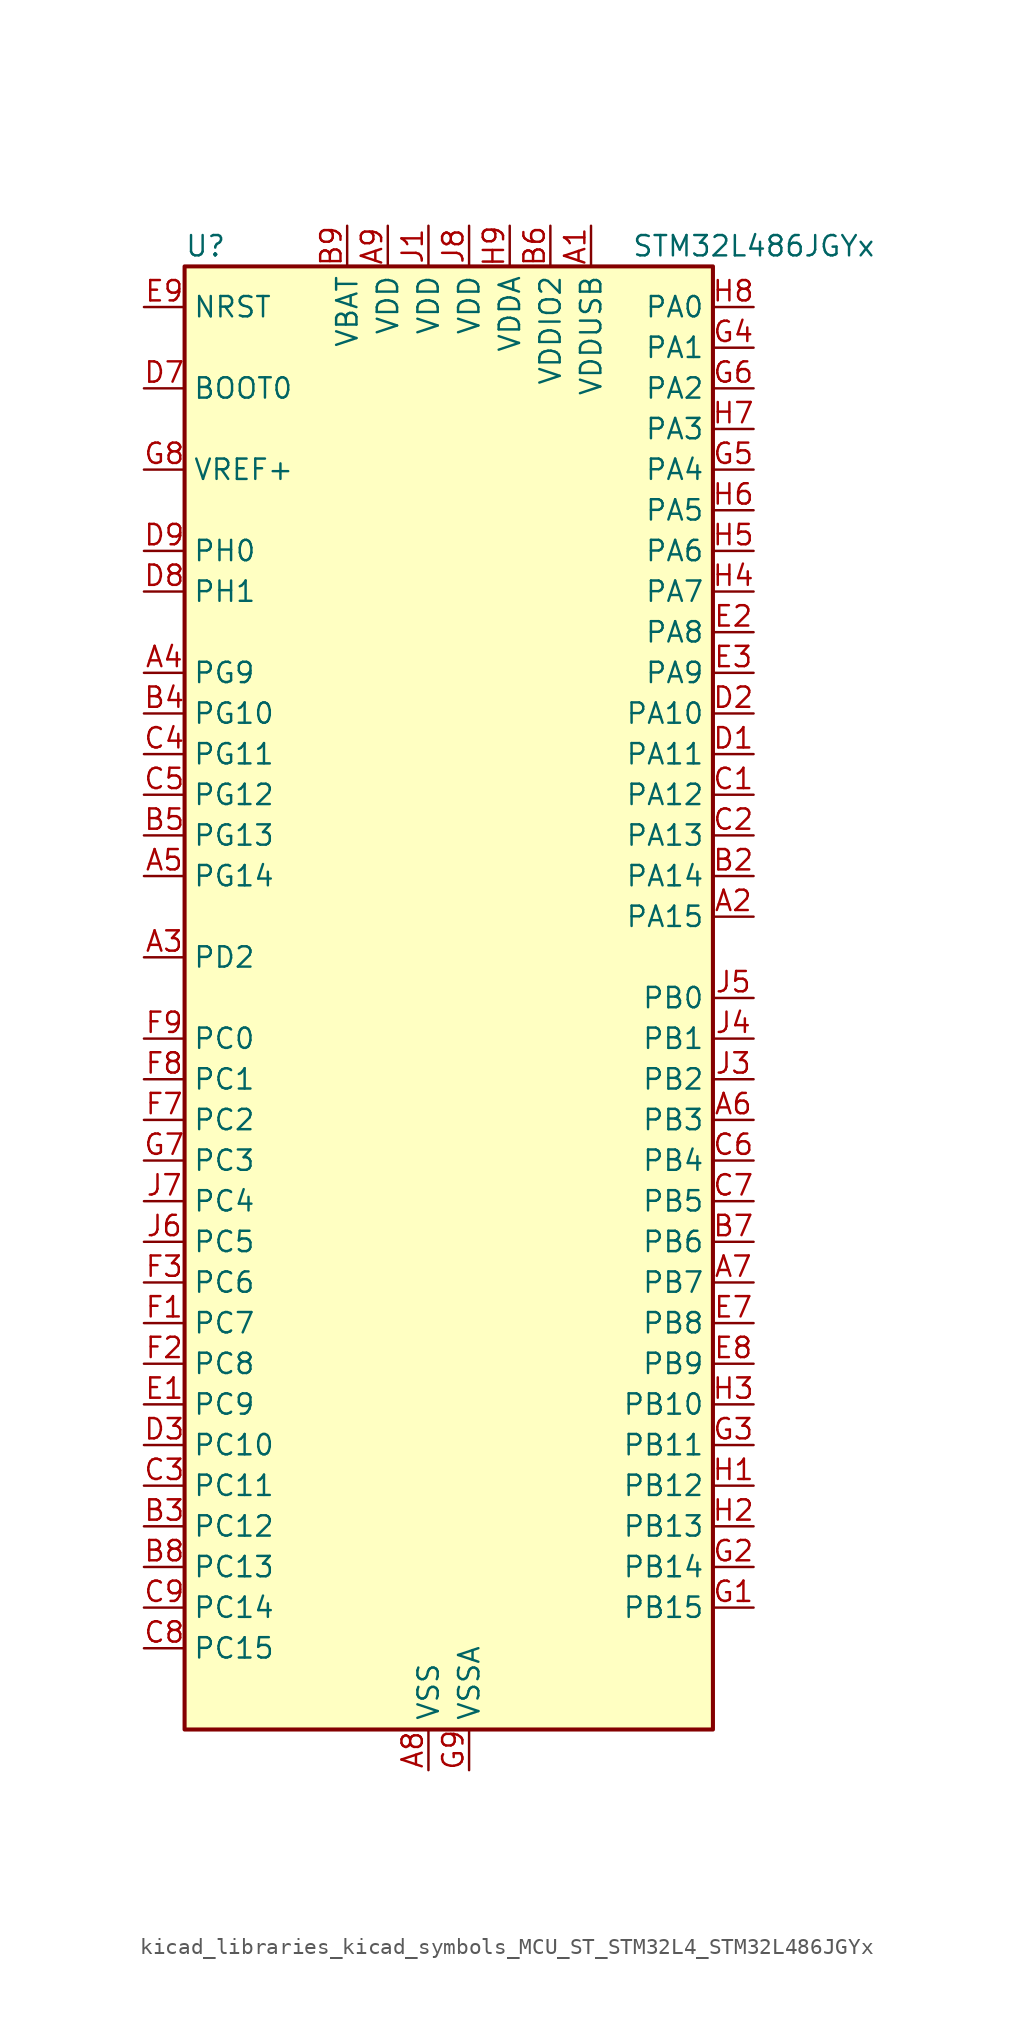
<source format=kicad_sym>
(kicad_symbol_lib
  (version 20220914)
  (generator kicad_symbol_editor)
  (symbol "kicad_libraries_kicad_symbols_MCU_ST_STM32L4_STM32L486JGYx"
    (property "Reference" "U"
      (at -15.24 46.99 0)
      (effects (font (size 1.27 1.27)) (justify left)))
    (property "Value" "STM32L486JGYx"
      (at 12.7 46.99 0)
      (effects (font (size 1.27 1.27)) (justify left)))
    (property "ki_locked" ""
      (at 0 0 0)
      (effects (font (size 1.27 1.27))))
    (symbol "kicad_libraries_kicad_symbols_MCU_ST_STM32L4_STM32L486JGYx_0_1"
      (rectangle (start -15.24 -45.72) (end 17.78 45.72) (stroke (width 0.254) (type default)) (fill (type background))))
    (symbol "kicad_libraries_kicad_symbols_MCU_ST_STM32L4_STM32L486JGYx_1_1"
      (pin power_in line (at 10.16 48.26 270) (length 2.54) (name "VDDUSB" (effects (font (size 1.27 1.27)))) (number "A1" (effects (font (size 1.27 1.27)))))
      (pin bidirectional line (at 20.32 5.08 180) (length 2.54) (name "PA15" (effects (font (size 1.27 1.27)))) (number "A2" (effects (font (size 1.27 1.27)))) (alternate "ADC1_EXTI15" bidirectional line) (alternate "ADC2_EXTI15" bidirectional line) (alternate "ADC3_EXTI15" bidirectional line) (alternate "LCD_SEG17" bidirectional line) (alternate "SAI2_FS_B" bidirectional line) (alternate "SPI1_NSS" bidirectional line) (alternate "SPI3_NSS" bidirectional line) (alternate "SYS_JTDI" bidirectional line) (alternate "TIM2_CH1" bidirectional line) (alternate "TIM2_ETR" bidirectional line) (alternate "TSC_G3_IO1" bidirectional line) (alternate "UART4_DE" bidirectional line) (alternate "UART4_RTS" bidirectional line))
      (pin bidirectional line (at -17.78 2.54 0) (length 2.54) (name "PD2" (effects (font (size 1.27 1.27)))) (number "A3" (effects (font (size 1.27 1.27)))) (alternate "LCD_COM7" bidirectional line) (alternate "LCD_SEG31" bidirectional line) (alternate "LCD_SEG43" bidirectional line) (alternate "SDMMC1_CMD" bidirectional line) (alternate "TIM3_ETR" bidirectional line) (alternate "TSC_SYNC" bidirectional line) (alternate "UART5_RX" bidirectional line) (alternate "USART3_DE" bidirectional line) (alternate "USART3_RTS" bidirectional line))
      (pin bidirectional line (at -17.78 20.32 0) (length 2.54) (name "PG9" (effects (font (size 1.27 1.27)))) (number "A4" (effects (font (size 1.27 1.27)))) (alternate "DAC1_EXTI9" bidirectional line) (alternate "SAI2_SCK_A" bidirectional line) (alternate "SPI3_SCK" bidirectional line) (alternate "TIM15_CH1N" bidirectional line) (alternate "USART1_TX" bidirectional line))
      (pin bidirectional line (at -17.78 7.62 0) (length 2.54) (name "PG14" (effects (font (size 1.27 1.27)))) (number "A5" (effects (font (size 1.27 1.27)))) (alternate "I2C1_SCL" bidirectional line))
      (pin bidirectional line (at 20.32 -7.62 180) (length 2.54) (name "PB3" (effects (font (size 1.27 1.27)))) (number "A6" (effects (font (size 1.27 1.27)))) (alternate "COMP2_INM" bidirectional line) (alternate "LCD_SEG7" bidirectional line) (alternate "SAI1_SCK_B" bidirectional line) (alternate "SPI1_SCK" bidirectional line) (alternate "SPI3_SCK" bidirectional line) (alternate "SYS_JTDO-SWO" bidirectional line) (alternate "TIM2_CH2" bidirectional line) (alternate "USART1_DE" bidirectional line) (alternate "USART1_RTS" bidirectional line))
      (pin bidirectional line (at 20.32 -17.78 180) (length 2.54) (name "PB7" (effects (font (size 1.27 1.27)))) (number "A7" (effects (font (size 1.27 1.27)))) (alternate "COMP2_INM" bidirectional line) (alternate "DFSDM1_CKIN5" bidirectional line) (alternate "I2C1_SDA" bidirectional line) (alternate "LCD_SEG21" bidirectional line) (alternate "LPTIM1_IN2" bidirectional line) (alternate "SYS_PVD_IN" bidirectional line) (alternate "TIM17_CH1N" bidirectional line) (alternate "TIM4_CH2" bidirectional line) (alternate "TIM8_BKIN" bidirectional line) (alternate "TIM8_BKIN_COMP1" bidirectional line) (alternate "TSC_G2_IO4" bidirectional line) (alternate "UART4_CTS" bidirectional line) (alternate "USART1_RX" bidirectional line))
      (pin power_in line (at 0 -48.26 90) (length 2.54) (name "VSS" (effects (font (size 1.27 1.27)))) (number "A8" (effects (font (size 1.27 1.27)))))
      (pin power_in line (at -2.54 48.26 270) (length 2.54) (name "VDD" (effects (font (size 1.27 1.27)))) (number "A9" (effects (font (size 1.27 1.27)))))
      (pin passive line (at 0 -48.26 90) (length 2.54) hide (name "VSS" (effects (font (size 1.27 1.27)))) (number "B1" (effects (font (size 1.27 1.27)))))
      (pin bidirectional line (at 20.32 7.62 180) (length 2.54) (name "PA14" (effects (font (size 1.27 1.27)))) (number "B2" (effects (font (size 1.27 1.27)))) (alternate "SYS_JTCK-SWCLK" bidirectional line))
      (pin bidirectional line (at -17.78 -33.02 0) (length 2.54) (name "PC12" (effects (font (size 1.27 1.27)))) (number "B3" (effects (font (size 1.27 1.27)))) (alternate "LCD_COM6" bidirectional line) (alternate "LCD_SEG30" bidirectional line) (alternate "LCD_SEG42" bidirectional line) (alternate "SAI2_SD_B" bidirectional line) (alternate "SDMMC1_CK" bidirectional line) (alternate "SPI3_MOSI" bidirectional line) (alternate "TSC_G3_IO4" bidirectional line) (alternate "UART5_TX" bidirectional line) (alternate "USART3_CK" bidirectional line))
      (pin bidirectional line (at -17.78 17.78 0) (length 2.54) (name "PG10" (effects (font (size 1.27 1.27)))) (number "B4" (effects (font (size 1.27 1.27)))) (alternate "LPTIM1_IN1" bidirectional line) (alternate "SAI2_FS_A" bidirectional line) (alternate "SPI3_MISO" bidirectional line) (alternate "TIM15_CH1" bidirectional line) (alternate "USART1_RX" bidirectional line))
      (pin bidirectional line (at -17.78 10.16 0) (length 2.54) (name "PG13" (effects (font (size 1.27 1.27)))) (number "B5" (effects (font (size 1.27 1.27)))) (alternate "I2C1_SDA" bidirectional line) (alternate "USART1_CK" bidirectional line))
      (pin power_in line (at 7.62 48.26 270) (length 2.54) (name "VDDIO2" (effects (font (size 1.27 1.27)))) (number "B6" (effects (font (size 1.27 1.27)))))
      (pin bidirectional line (at 20.32 -15.24 180) (length 2.54) (name "PB6" (effects (font (size 1.27 1.27)))) (number "B7" (effects (font (size 1.27 1.27)))) (alternate "COMP2_INP" bidirectional line) (alternate "DFSDM1_DATIN5" bidirectional line) (alternate "I2C1_SCL" bidirectional line) (alternate "LPTIM1_ETR" bidirectional line) (alternate "SAI1_FS_B" bidirectional line) (alternate "TIM16_CH1N" bidirectional line) (alternate "TIM4_CH1" bidirectional line) (alternate "TIM8_BKIN2" bidirectional line) (alternate "TIM8_BKIN2_COMP2" bidirectional line) (alternate "TSC_G2_IO3" bidirectional line) (alternate "USART1_TX" bidirectional line))
      (pin bidirectional line (at -17.78 -35.56 0) (length 2.54) (name "PC13" (effects (font (size 1.27 1.27)))) (number "B8" (effects (font (size 1.27 1.27)))) (alternate "RTC_OUT_ALARM" bidirectional line) (alternate "RTC_OUT_CALIB" bidirectional line) (alternate "RTC_TAMP1" bidirectional line) (alternate "RTC_TS" bidirectional line) (alternate "SYS_WKUP2" bidirectional line))
      (pin power_in line (at -5.08 48.26 270) (length 2.54) (name "VBAT" (effects (font (size 1.27 1.27)))) (number "B9" (effects (font (size 1.27 1.27)))))
      (pin bidirectional line (at 20.32 12.7 180) (length 2.54) (name "PA12" (effects (font (size 1.27 1.27)))) (number "C1" (effects (font (size 1.27 1.27)))) (alternate "CAN1_TX" bidirectional line) (alternate "TIM1_ETR" bidirectional line) (alternate "USART1_DE" bidirectional line) (alternate "USART1_RTS" bidirectional line) (alternate "USB_OTG_FS_DP" bidirectional line))
      (pin bidirectional line (at 20.32 10.16 180) (length 2.54) (name "PA13" (effects (font (size 1.27 1.27)))) (number "C2" (effects (font (size 1.27 1.27)))) (alternate "IR_OUT" bidirectional line) (alternate "SYS_JTMS-SWDIO" bidirectional line) (alternate "USB_OTG_FS_NOE" bidirectional line))
      (pin bidirectional line (at -17.78 -30.48 0) (length 2.54) (name "PC11" (effects (font (size 1.27 1.27)))) (number "C3" (effects (font (size 1.27 1.27)))) (alternate "ADC1_EXTI11" bidirectional line) (alternate "ADC2_EXTI11" bidirectional line) (alternate "ADC3_EXTI11" bidirectional line) (alternate "LCD_COM5" bidirectional line) (alternate "LCD_SEG29" bidirectional line) (alternate "LCD_SEG41" bidirectional line) (alternate "SAI2_MCLK_B" bidirectional line) (alternate "SDMMC1_D3" bidirectional line) (alternate "SPI3_MISO" bidirectional line) (alternate "TSC_G3_IO3" bidirectional line) (alternate "UART4_RX" bidirectional line) (alternate "USART3_RX" bidirectional line))
      (pin bidirectional line (at -17.78 15.24 0) (length 2.54) (name "PG11" (effects (font (size 1.27 1.27)))) (number "C4" (effects (font (size 1.27 1.27)))) (alternate "ADC1_EXTI11" bidirectional line) (alternate "ADC2_EXTI11" bidirectional line) (alternate "ADC3_EXTI11" bidirectional line) (alternate "LPTIM1_IN2" bidirectional line) (alternate "SAI2_MCLK_A" bidirectional line) (alternate "SPI3_MOSI" bidirectional line) (alternate "TIM15_CH2" bidirectional line) (alternate "USART1_CTS" bidirectional line))
      (pin bidirectional line (at -17.78 12.7 0) (length 2.54) (name "PG12" (effects (font (size 1.27 1.27)))) (number "C5" (effects (font (size 1.27 1.27)))) (alternate "LPTIM1_ETR" bidirectional line) (alternate "SAI2_SD_A" bidirectional line) (alternate "SPI3_NSS" bidirectional line) (alternate "USART1_DE" bidirectional line) (alternate "USART1_RTS" bidirectional line))
      (pin bidirectional line (at 20.32 -10.16 180) (length 2.54) (name "PB4" (effects (font (size 1.27 1.27)))) (number "C6" (effects (font (size 1.27 1.27)))) (alternate "COMP2_INP" bidirectional line) (alternate "LCD_SEG8" bidirectional line) (alternate "SAI1_MCLK_B" bidirectional line) (alternate "SPI1_MISO" bidirectional line) (alternate "SPI3_MISO" bidirectional line) (alternate "SYS_JTRST" bidirectional line) (alternate "TIM17_BKIN" bidirectional line) (alternate "TIM3_CH1" bidirectional line) (alternate "TSC_G2_IO1" bidirectional line) (alternate "UART5_DE" bidirectional line) (alternate "UART5_RTS" bidirectional line) (alternate "USART1_CTS" bidirectional line))
      (pin bidirectional line (at 20.32 -12.7 180) (length 2.54) (name "PB5" (effects (font (size 1.27 1.27)))) (number "C7" (effects (font (size 1.27 1.27)))) (alternate "COMP2_OUT" bidirectional line) (alternate "I2C1_SMBA" bidirectional line) (alternate "LCD_SEG9" bidirectional line) (alternate "LPTIM1_IN1" bidirectional line) (alternate "SAI1_SD_B" bidirectional line) (alternate "SPI1_MOSI" bidirectional line) (alternate "SPI3_MOSI" bidirectional line) (alternate "TIM16_BKIN" bidirectional line) (alternate "TIM3_CH2" bidirectional line) (alternate "TSC_G2_IO2" bidirectional line) (alternate "UART5_CTS" bidirectional line) (alternate "USART1_CK" bidirectional line))
      (pin bidirectional line (at -17.78 -40.64 0) (length 2.54) (name "PC15" (effects (font (size 1.27 1.27)))) (number "C8" (effects (font (size 1.27 1.27)))) (alternate "ADC1_EXTI15" bidirectional line) (alternate "ADC2_EXTI15" bidirectional line) (alternate "ADC3_EXTI15" bidirectional line) (alternate "RCC_OSC32_OUT" bidirectional line))
      (pin bidirectional line (at -17.78 -38.1 0) (length 2.54) (name "PC14" (effects (font (size 1.27 1.27)))) (number "C9" (effects (font (size 1.27 1.27)))) (alternate "RCC_OSC32_IN" bidirectional line))
      (pin bidirectional line (at 20.32 15.24 180) (length 2.54) (name "PA11" (effects (font (size 1.27 1.27)))) (number "D1" (effects (font (size 1.27 1.27)))) (alternate "ADC1_EXTI11" bidirectional line) (alternate "ADC2_EXTI11" bidirectional line) (alternate "ADC3_EXTI11" bidirectional line) (alternate "CAN1_RX" bidirectional line) (alternate "TIM1_BKIN2" bidirectional line) (alternate "TIM1_BKIN2_COMP1" bidirectional line) (alternate "TIM1_CH4" bidirectional line) (alternate "USART1_CTS" bidirectional line) (alternate "USB_OTG_FS_DM" bidirectional line))
      (pin bidirectional line (at 20.32 17.78 180) (length 2.54) (name "PA10" (effects (font (size 1.27 1.27)))) (number "D2" (effects (font (size 1.27 1.27)))) (alternate "LCD_COM2" bidirectional line) (alternate "TIM17_BKIN" bidirectional line) (alternate "TIM1_CH3" bidirectional line) (alternate "USART1_RX" bidirectional line) (alternate "USB_OTG_FS_ID" bidirectional line))
      (pin bidirectional line (at -17.78 -27.94 0) (length 2.54) (name "PC10" (effects (font (size 1.27 1.27)))) (number "D3" (effects (font (size 1.27 1.27)))) (alternate "LCD_COM4" bidirectional line) (alternate "LCD_SEG28" bidirectional line) (alternate "LCD_SEG40" bidirectional line) (alternate "SAI2_SCK_B" bidirectional line) (alternate "SDMMC1_D2" bidirectional line) (alternate "SPI3_SCK" bidirectional line) (alternate "TSC_G3_IO2" bidirectional line) (alternate "UART4_TX" bidirectional line) (alternate "USART3_TX" bidirectional line))
      (pin input line (at -17.78 38.1 0) (length 2.54) (name "BOOT0" (effects (font (size 1.27 1.27)))) (number "D7" (effects (font (size 1.27 1.27)))))
      (pin bidirectional line (at -17.78 25.4 0) (length 2.54) (name "PH1" (effects (font (size 1.27 1.27)))) (number "D8" (effects (font (size 1.27 1.27)))) (alternate "RCC_OSC_OUT" bidirectional line))
      (pin bidirectional line (at -17.78 27.94 0) (length 2.54) (name "PH0" (effects (font (size 1.27 1.27)))) (number "D9" (effects (font (size 1.27 1.27)))) (alternate "RCC_OSC_IN" bidirectional line))
      (pin bidirectional line (at -17.78 -25.4 0) (length 2.54) (name "PC9" (effects (font (size 1.27 1.27)))) (number "E1" (effects (font (size 1.27 1.27)))) (alternate "DAC1_EXTI9" bidirectional line) (alternate "LCD_SEG27" bidirectional line) (alternate "SAI2_EXTCLK" bidirectional line) (alternate "SDMMC1_D1" bidirectional line) (alternate "TIM3_CH4" bidirectional line) (alternate "TIM8_BKIN2" bidirectional line) (alternate "TIM8_BKIN2_COMP1" bidirectional line) (alternate "TIM8_CH4" bidirectional line) (alternate "TSC_G4_IO4" bidirectional line) (alternate "USB_OTG_FS_NOE" bidirectional line))
      (pin bidirectional line (at 20.32 22.86 180) (length 2.54) (name "PA8" (effects (font (size 1.27 1.27)))) (number "E2" (effects (font (size 1.27 1.27)))) (alternate "LCD_COM0" bidirectional line) (alternate "LPTIM2_OUT" bidirectional line) (alternate "RCC_MCO" bidirectional line) (alternate "TIM1_CH1" bidirectional line) (alternate "USART1_CK" bidirectional line) (alternate "USB_OTG_FS_SOF" bidirectional line))
      (pin bidirectional line (at 20.32 20.32 180) (length 2.54) (name "PA9" (effects (font (size 1.27 1.27)))) (number "E3" (effects (font (size 1.27 1.27)))) (alternate "DAC1_EXTI9" bidirectional line) (alternate "LCD_COM1" bidirectional line) (alternate "TIM15_BKIN" bidirectional line) (alternate "TIM1_CH2" bidirectional line) (alternate "USART1_TX" bidirectional line) (alternate "USB_OTG_FS_VBUS" bidirectional line))
      (pin bidirectional line (at 20.32 -20.32 180) (length 2.54) (name "PB8" (effects (font (size 1.27 1.27)))) (number "E7" (effects (font (size 1.27 1.27)))) (alternate "CAN1_RX" bidirectional line) (alternate "DFSDM1_DATIN6" bidirectional line) (alternate "I2C1_SCL" bidirectional line) (alternate "LCD_SEG16" bidirectional line) (alternate "SAI1_MCLK_A" bidirectional line) (alternate "SDMMC1_D4" bidirectional line) (alternate "TIM16_CH1" bidirectional line) (alternate "TIM4_CH3" bidirectional line))
      (pin bidirectional line (at 20.32 -22.86 180) (length 2.54) (name "PB9" (effects (font (size 1.27 1.27)))) (number "E8" (effects (font (size 1.27 1.27)))) (alternate "CAN1_TX" bidirectional line) (alternate "DAC1_EXTI9" bidirectional line) (alternate "DFSDM1_CKIN6" bidirectional line) (alternate "I2C1_SDA" bidirectional line) (alternate "IR_OUT" bidirectional line) (alternate "LCD_COM3" bidirectional line) (alternate "SAI1_FS_A" bidirectional line) (alternate "SDMMC1_D5" bidirectional line) (alternate "SPI2_NSS" bidirectional line) (alternate "TIM17_CH1" bidirectional line) (alternate "TIM4_CH4" bidirectional line))
      (pin input line (at -17.78 43.18 0) (length 2.54) (name "NRST" (effects (font (size 1.27 1.27)))) (number "E9" (effects (font (size 1.27 1.27)))))
      (pin bidirectional line (at -17.78 -20.32 0) (length 2.54) (name "PC7" (effects (font (size 1.27 1.27)))) (number "F1" (effects (font (size 1.27 1.27)))) (alternate "DFSDM1_DATIN3" bidirectional line) (alternate "LCD_SEG25" bidirectional line) (alternate "SAI2_MCLK_B" bidirectional line) (alternate "SDMMC1_D7" bidirectional line) (alternate "TIM3_CH2" bidirectional line) (alternate "TIM8_CH2" bidirectional line) (alternate "TSC_G4_IO2" bidirectional line))
      (pin bidirectional line (at -17.78 -22.86 0) (length 2.54) (name "PC8" (effects (font (size 1.27 1.27)))) (number "F2" (effects (font (size 1.27 1.27)))) (alternate "LCD_SEG26" bidirectional line) (alternate "SDMMC1_D0" bidirectional line) (alternate "TIM3_CH3" bidirectional line) (alternate "TIM8_CH3" bidirectional line) (alternate "TSC_G4_IO3" bidirectional line))
      (pin bidirectional line (at -17.78 -17.78 0) (length 2.54) (name "PC6" (effects (font (size 1.27 1.27)))) (number "F3" (effects (font (size 1.27 1.27)))) (alternate "DFSDM1_CKIN3" bidirectional line) (alternate "LCD_SEG24" bidirectional line) (alternate "SAI2_MCLK_A" bidirectional line) (alternate "SDMMC1_D6" bidirectional line) (alternate "TIM3_CH1" bidirectional line) (alternate "TIM8_CH1" bidirectional line) (alternate "TSC_G4_IO1" bidirectional line))
      (pin bidirectional line (at -17.78 -7.62 0) (length 2.54) (name "PC2" (effects (font (size 1.27 1.27)))) (number "F7" (effects (font (size 1.27 1.27)))) (alternate "ADC1_IN3" bidirectional line) (alternate "ADC2_IN3" bidirectional line) (alternate "ADC3_IN3" bidirectional line) (alternate "DFSDM1_CKOUT" bidirectional line) (alternate "LCD_SEG20" bidirectional line) (alternate "LPTIM1_IN2" bidirectional line) (alternate "SPI2_MISO" bidirectional line))
      (pin bidirectional line (at -17.78 -5.08 0) (length 2.54) (name "PC1" (effects (font (size 1.27 1.27)))) (number "F8" (effects (font (size 1.27 1.27)))) (alternate "ADC1_IN2" bidirectional line) (alternate "ADC2_IN2" bidirectional line) (alternate "ADC3_IN2" bidirectional line) (alternate "DFSDM1_CKIN4" bidirectional line) (alternate "I2C3_SDA" bidirectional line) (alternate "LCD_SEG19" bidirectional line) (alternate "LPTIM1_OUT" bidirectional line) (alternate "LPUART1_TX" bidirectional line))
      (pin bidirectional line (at -17.78 -2.54 0) (length 2.54) (name "PC0" (effects (font (size 1.27 1.27)))) (number "F9" (effects (font (size 1.27 1.27)))) (alternate "ADC1_IN1" bidirectional line) (alternate "ADC2_IN1" bidirectional line) (alternate "ADC3_IN1" bidirectional line) (alternate "DFSDM1_DATIN4" bidirectional line) (alternate "I2C3_SCL" bidirectional line) (alternate "LCD_SEG18" bidirectional line) (alternate "LPTIM1_IN1" bidirectional line) (alternate "LPTIM2_IN1" bidirectional line) (alternate "LPUART1_RX" bidirectional line))
      (pin bidirectional line (at 20.32 -38.1 180) (length 2.54) (name "PB15" (effects (font (size 1.27 1.27)))) (number "G1" (effects (font (size 1.27 1.27)))) (alternate "ADC1_EXTI15" bidirectional line) (alternate "ADC2_EXTI15" bidirectional line) (alternate "ADC3_EXTI15" bidirectional line) (alternate "DFSDM1_CKIN2" bidirectional line) (alternate "LCD_SEG15" bidirectional line) (alternate "RTC_REFIN" bidirectional line) (alternate "SAI2_SD_A" bidirectional line) (alternate "SPI2_MOSI" bidirectional line) (alternate "SWPMI1_SUSPEND" bidirectional line) (alternate "TIM15_CH2" bidirectional line) (alternate "TIM1_CH3N" bidirectional line) (alternate "TIM8_CH3N" bidirectional line) (alternate "TSC_G1_IO4" bidirectional line))
      (pin bidirectional line (at 20.32 -35.56 180) (length 2.54) (name "PB14" (effects (font (size 1.27 1.27)))) (number "G2" (effects (font (size 1.27 1.27)))) (alternate "DFSDM1_DATIN2" bidirectional line) (alternate "I2C2_SDA" bidirectional line) (alternate "LCD_SEG14" bidirectional line) (alternate "SAI2_MCLK_A" bidirectional line) (alternate "SPI2_MISO" bidirectional line) (alternate "SWPMI1_RX" bidirectional line) (alternate "TIM15_CH1" bidirectional line) (alternate "TIM1_CH2N" bidirectional line) (alternate "TIM8_CH2N" bidirectional line) (alternate "TSC_G1_IO3" bidirectional line) (alternate "USART3_DE" bidirectional line) (alternate "USART3_RTS" bidirectional line))
      (pin bidirectional line (at 20.32 -27.94 180) (length 2.54) (name "PB11" (effects (font (size 1.27 1.27)))) (number "G3" (effects (font (size 1.27 1.27)))) (alternate "ADC1_EXTI11" bidirectional line) (alternate "ADC2_EXTI11" bidirectional line) (alternate "ADC3_EXTI11" bidirectional line) (alternate "COMP2_OUT" bidirectional line) (alternate "DFSDM1_CKIN7" bidirectional line) (alternate "I2C2_SDA" bidirectional line) (alternate "LCD_SEG11" bidirectional line) (alternate "LPUART1_TX" bidirectional line) (alternate "QUADSPI_NCS" bidirectional line) (alternate "TIM2_CH4" bidirectional line) (alternate "USART3_RX" bidirectional line))
      (pin bidirectional line (at 20.32 40.64 180) (length 2.54) (name "PA1" (effects (font (size 1.27 1.27)))) (number "G4" (effects (font (size 1.27 1.27)))) (alternate "ADC1_IN6" bidirectional line) (alternate "ADC2_IN6" bidirectional line) (alternate "LCD_SEG0" bidirectional line) (alternate "OPAMP1_VINM" bidirectional line) (alternate "TIM15_CH1N" bidirectional line) (alternate "TIM2_CH2" bidirectional line) (alternate "TIM5_CH2" bidirectional line) (alternate "UART4_RX" bidirectional line) (alternate "USART2_DE" bidirectional line) (alternate "USART2_RTS" bidirectional line))
      (pin bidirectional line (at 20.32 33.02 180) (length 2.54) (name "PA4" (effects (font (size 1.27 1.27)))) (number "G5" (effects (font (size 1.27 1.27)))) (alternate "ADC1_IN9" bidirectional line) (alternate "ADC2_IN9" bidirectional line) (alternate "DAC1_OUT1" bidirectional line) (alternate "LPTIM2_OUT" bidirectional line) (alternate "SAI1_FS_B" bidirectional line) (alternate "SPI1_NSS" bidirectional line) (alternate "SPI3_NSS" bidirectional line) (alternate "USART2_CK" bidirectional line))
      (pin bidirectional line (at 20.32 38.1 180) (length 2.54) (name "PA2" (effects (font (size 1.27 1.27)))) (number "G6" (effects (font (size 1.27 1.27)))) (alternate "ADC1_IN7" bidirectional line) (alternate "ADC2_IN7" bidirectional line) (alternate "LCD_SEG1" bidirectional line) (alternate "RCC_LSCO" bidirectional line) (alternate "SAI2_EXTCLK" bidirectional line) (alternate "SYS_WKUP4" bidirectional line) (alternate "TIM15_CH1" bidirectional line) (alternate "TIM2_CH3" bidirectional line) (alternate "TIM5_CH3" bidirectional line) (alternate "USART2_TX" bidirectional line))
      (pin bidirectional line (at -17.78 -10.16 0) (length 2.54) (name "PC3" (effects (font (size 1.27 1.27)))) (number "G7" (effects (font (size 1.27 1.27)))) (alternate "ADC1_IN4" bidirectional line) (alternate "ADC2_IN4" bidirectional line) (alternate "ADC3_IN4" bidirectional line) (alternate "LCD_VLCD" bidirectional line) (alternate "LPTIM1_ETR" bidirectional line) (alternate "LPTIM2_ETR" bidirectional line) (alternate "SAI1_SD_A" bidirectional line) (alternate "SPI2_MOSI" bidirectional line))
      (pin input line (at -17.78 33.02 0) (length 2.54) (name "VREF+" (effects (font (size 1.27 1.27)))) (number "G8" (effects (font (size 1.27 1.27)))) (alternate "VREFBUF_OUT" bidirectional line))
      (pin power_in line (at 2.54 -48.26 90) (length 2.54) (name "VSSA" (effects (font (size 1.27 1.27)))) (number "G9" (effects (font (size 1.27 1.27)))))
      (pin bidirectional line (at 20.32 -30.48 180) (length 2.54) (name "PB12" (effects (font (size 1.27 1.27)))) (number "H1" (effects (font (size 1.27 1.27)))) (alternate "DFSDM1_DATIN1" bidirectional line) (alternate "I2C2_SMBA" bidirectional line) (alternate "LCD_SEG12" bidirectional line) (alternate "LPUART1_DE" bidirectional line) (alternate "LPUART1_RTS" bidirectional line) (alternate "SAI2_FS_A" bidirectional line) (alternate "SPI2_NSS" bidirectional line) (alternate "SWPMI1_IO" bidirectional line) (alternate "TIM15_BKIN" bidirectional line) (alternate "TIM1_BKIN" bidirectional line) (alternate "TIM1_BKIN_COMP2" bidirectional line) (alternate "TSC_G1_IO1" bidirectional line) (alternate "USART3_CK" bidirectional line))
      (pin bidirectional line (at 20.32 -33.02 180) (length 2.54) (name "PB13" (effects (font (size 1.27 1.27)))) (number "H2" (effects (font (size 1.27 1.27)))) (alternate "DFSDM1_CKIN1" bidirectional line) (alternate "I2C2_SCL" bidirectional line) (alternate "LCD_SEG13" bidirectional line) (alternate "LPUART1_CTS" bidirectional line) (alternate "SAI2_SCK_A" bidirectional line) (alternate "SPI2_SCK" bidirectional line) (alternate "SWPMI1_TX" bidirectional line) (alternate "TIM15_CH1N" bidirectional line) (alternate "TIM1_CH1N" bidirectional line) (alternate "TSC_G1_IO2" bidirectional line) (alternate "USART3_CTS" bidirectional line))
      (pin bidirectional line (at 20.32 -25.4 180) (length 2.54) (name "PB10" (effects (font (size 1.27 1.27)))) (number "H3" (effects (font (size 1.27 1.27)))) (alternate "COMP1_OUT" bidirectional line) (alternate "DFSDM1_DATIN7" bidirectional line) (alternate "I2C2_SCL" bidirectional line) (alternate "LCD_SEG10" bidirectional line) (alternate "LPUART1_RX" bidirectional line) (alternate "QUADSPI_CLK" bidirectional line) (alternate "SAI1_SCK_A" bidirectional line) (alternate "SPI2_SCK" bidirectional line) (alternate "TIM2_CH3" bidirectional line) (alternate "USART3_TX" bidirectional line))
      (pin bidirectional line (at 20.32 25.4 180) (length 2.54) (name "PA7" (effects (font (size 1.27 1.27)))) (number "H4" (effects (font (size 1.27 1.27)))) (alternate "ADC1_IN12" bidirectional line) (alternate "ADC2_IN12" bidirectional line) (alternate "LCD_SEG4" bidirectional line) (alternate "OPAMP2_VINM" bidirectional line) (alternate "QUADSPI_BK1_IO2" bidirectional line) (alternate "SPI1_MOSI" bidirectional line) (alternate "TIM17_CH1" bidirectional line) (alternate "TIM1_CH1N" bidirectional line) (alternate "TIM3_CH2" bidirectional line) (alternate "TIM8_CH1N" bidirectional line))
      (pin bidirectional line (at 20.32 27.94 180) (length 2.54) (name "PA6" (effects (font (size 1.27 1.27)))) (number "H5" (effects (font (size 1.27 1.27)))) (alternate "ADC1_IN11" bidirectional line) (alternate "ADC2_IN11" bidirectional line) (alternate "LCD_SEG3" bidirectional line) (alternate "OPAMP2_VINP" bidirectional line) (alternate "QUADSPI_BK1_IO3" bidirectional line) (alternate "SPI1_MISO" bidirectional line) (alternate "TIM16_CH1" bidirectional line) (alternate "TIM1_BKIN" bidirectional line) (alternate "TIM1_BKIN_COMP2" bidirectional line) (alternate "TIM3_CH1" bidirectional line) (alternate "TIM8_BKIN" bidirectional line) (alternate "TIM8_BKIN_COMP2" bidirectional line) (alternate "USART3_CTS" bidirectional line))
      (pin bidirectional line (at 20.32 30.48 180) (length 2.54) (name "PA5" (effects (font (size 1.27 1.27)))) (number "H6" (effects (font (size 1.27 1.27)))) (alternate "ADC1_IN10" bidirectional line) (alternate "ADC2_IN10" bidirectional line) (alternate "DAC1_OUT2" bidirectional line) (alternate "LPTIM2_ETR" bidirectional line) (alternate "SPI1_SCK" bidirectional line) (alternate "TIM2_CH1" bidirectional line) (alternate "TIM2_ETR" bidirectional line) (alternate "TIM8_CH1N" bidirectional line))
      (pin bidirectional line (at 20.32 35.56 180) (length 2.54) (name "PA3" (effects (font (size 1.27 1.27)))) (number "H7" (effects (font (size 1.27 1.27)))) (alternate "ADC1_IN8" bidirectional line) (alternate "ADC2_IN8" bidirectional line) (alternate "LCD_SEG2" bidirectional line) (alternate "OPAMP1_VOUT" bidirectional line) (alternate "TIM15_CH2" bidirectional line) (alternate "TIM2_CH4" bidirectional line) (alternate "TIM5_CH4" bidirectional line) (alternate "USART2_RX" bidirectional line))
      (pin bidirectional line (at 20.32 43.18 180) (length 2.54) (name "PA0" (effects (font (size 1.27 1.27)))) (number "H8" (effects (font (size 1.27 1.27)))) (alternate "ADC1_IN5" bidirectional line) (alternate "ADC2_IN5" bidirectional line) (alternate "OPAMP1_VINP" bidirectional line) (alternate "RTC_TAMP2" bidirectional line) (alternate "SAI1_EXTCLK" bidirectional line) (alternate "SYS_WKUP1" bidirectional line) (alternate "TIM2_CH1" bidirectional line) (alternate "TIM2_ETR" bidirectional line) (alternate "TIM5_CH1" bidirectional line) (alternate "TIM8_ETR" bidirectional line) (alternate "UART4_TX" bidirectional line) (alternate "USART2_CTS" bidirectional line))
      (pin power_in line (at 5.08 48.26 270) (length 2.54) (name "VDDA" (effects (font (size 1.27 1.27)))) (number "H9" (effects (font (size 1.27 1.27)))))
      (pin power_in line (at 0 48.26 270) (length 2.54) (name "VDD" (effects (font (size 1.27 1.27)))) (number "J1" (effects (font (size 1.27 1.27)))))
      (pin passive line (at 0 -48.26 90) (length 2.54) hide (name "VSS" (effects (font (size 1.27 1.27)))) (number "J2" (effects (font (size 1.27 1.27)))))
      (pin bidirectional line (at 20.32 -5.08 180) (length 2.54) (name "PB2" (effects (font (size 1.27 1.27)))) (number "J3" (effects (font (size 1.27 1.27)))) (alternate "COMP1_INP" bidirectional line) (alternate "DFSDM1_CKIN0" bidirectional line) (alternate "I2C3_SMBA" bidirectional line) (alternate "LPTIM1_OUT" bidirectional line) (alternate "RTC_OUT_ALARM" bidirectional line) (alternate "RTC_OUT_CALIB" bidirectional line))
      (pin bidirectional line (at 20.32 -2.54 180) (length 2.54) (name "PB1" (effects (font (size 1.27 1.27)))) (number "J4" (effects (font (size 1.27 1.27)))) (alternate "ADC1_IN16" bidirectional line) (alternate "ADC2_IN16" bidirectional line) (alternate "COMP1_INM" bidirectional line) (alternate "DFSDM1_DATIN0" bidirectional line) (alternate "LCD_SEG6" bidirectional line) (alternate "LPTIM2_IN1" bidirectional line) (alternate "QUADSPI_BK1_IO0" bidirectional line) (alternate "TIM1_CH3N" bidirectional line) (alternate "TIM3_CH4" bidirectional line) (alternate "TIM8_CH3N" bidirectional line) (alternate "USART3_DE" bidirectional line) (alternate "USART3_RTS" bidirectional line))
      (pin bidirectional line (at 20.32 0 180) (length 2.54) (name "PB0" (effects (font (size 1.27 1.27)))) (number "J5" (effects (font (size 1.27 1.27)))) (alternate "ADC1_IN15" bidirectional line) (alternate "ADC2_IN15" bidirectional line) (alternate "COMP1_OUT" bidirectional line) (alternate "LCD_SEG5" bidirectional line) (alternate "OPAMP2_VOUT" bidirectional line) (alternate "QUADSPI_BK1_IO1" bidirectional line) (alternate "TIM1_CH2N" bidirectional line) (alternate "TIM3_CH3" bidirectional line) (alternate "TIM8_CH2N" bidirectional line) (alternate "USART3_CK" bidirectional line))
      (pin bidirectional line (at -17.78 -15.24 0) (length 2.54) (name "PC5" (effects (font (size 1.27 1.27)))) (number "J6" (effects (font (size 1.27 1.27)))) (alternate "ADC1_IN14" bidirectional line) (alternate "ADC2_IN14" bidirectional line) (alternate "COMP1_INP" bidirectional line) (alternate "LCD_SEG23" bidirectional line) (alternate "SYS_WKUP5" bidirectional line) (alternate "USART3_RX" bidirectional line))
      (pin bidirectional line (at -17.78 -12.7 0) (length 2.54) (name "PC4" (effects (font (size 1.27 1.27)))) (number "J7" (effects (font (size 1.27 1.27)))) (alternate "ADC1_IN13" bidirectional line) (alternate "ADC2_IN13" bidirectional line) (alternate "COMP1_INM" bidirectional line) (alternate "LCD_SEG22" bidirectional line) (alternate "USART3_TX" bidirectional line))
      (pin power_in line (at 2.54 48.26 270) (length 2.54) (name "VDD" (effects (font (size 1.27 1.27)))) (number "J8" (effects (font (size 1.27 1.27)))))
      (pin passive line (at 0 -48.26 90) (length 2.54) hide (name "VSS" (effects (font (size 1.27 1.27)))) (number "J9" (effects (font (size 1.27 1.27))))))))
</source>
